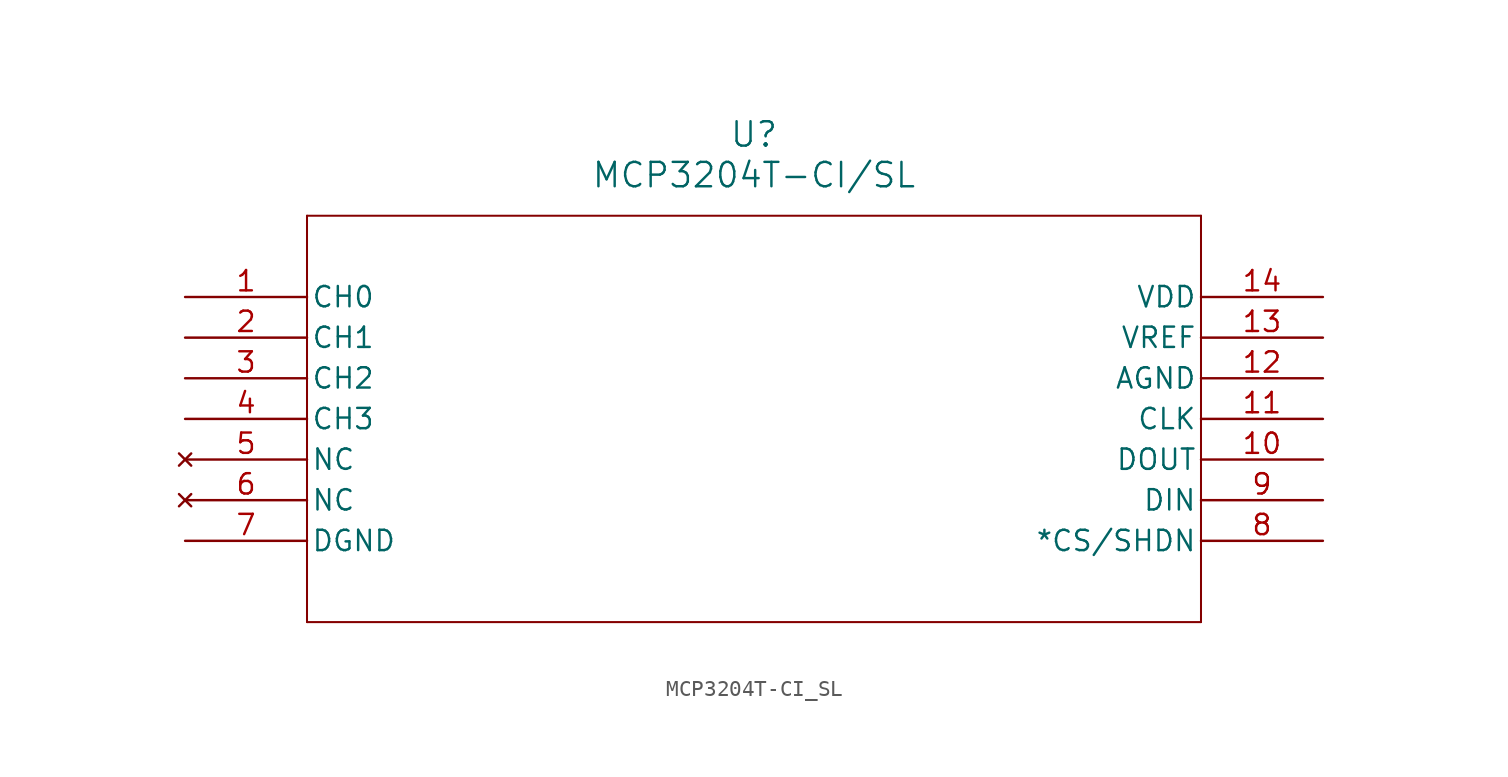
<source format=kicad_sym>
(kicad_symbol_lib
  (version 20241209)
  (generator "kicad_symbol_editor")
  (generator_version "9.0")
  (symbol "MCP3204T-CI_SL"
    (pin_names
      (offset 0.254))
    (property "Reference" "U"
      (at 35.56 10.16 0)
      (effects (font (size 1.524 1.524))))
    (property "Value" "MCP3204T-CI/SL"
      (at 35.56 7.62 0)
      (effects (font (size 1.524 1.524))))
    (property "ki_locked" ""
      (at 0 0 0)
      (effects (font (size 1.27 1.27))))
    (symbol "MCP3204T-CI_SL_0_1"
      (polyline (pts (xy 7.62 5.08) (xy 7.62 -20.32)) (stroke (width 0.127) (type default)) (fill (type none)))
      (polyline (pts (xy 7.62 -20.32) (xy 63.5 -20.32)) (stroke (width 0.127) (type default)) (fill (type none)))
      (polyline (pts (xy 63.5 5.08) (xy 7.62 5.08)) (stroke (width 0.127) (type default)) (fill (type none)))
      (polyline (pts (xy 63.5 -20.32) (xy 63.5 5.08)) (stroke (width 0.127) (type default)) (fill (type none)))
      (pin input line (at 0 0 0) (length 7.62) (name "CH0" (effects (font (size 1.27 1.27)))) (number "1" (effects (font (size 1.27 1.27)))))
      (pin input line (at 0 -2.54 0) (length 7.62) (name "CH1" (effects (font (size 1.27 1.27)))) (number "2" (effects (font (size 1.27 1.27)))))
      (pin input line (at 0 -5.08 0) (length 7.62) (name "CH2" (effects (font (size 1.27 1.27)))) (number "3" (effects (font (size 1.27 1.27)))))
      (pin input line (at 0 -7.62 0) (length 7.62) (name "CH3" (effects (font (size 1.27 1.27)))) (number "4" (effects (font (size 1.27 1.27)))))
      (pin no_connect line (at 0 -10.16 0) (length 7.62) (name "NC" (effects (font (size 1.27 1.27)))) (number "5" (effects (font (size 1.27 1.27)))))
      (pin no_connect line (at 0 -12.7 0) (length 7.62) (name "NC" (effects (font (size 1.27 1.27)))) (number "6" (effects (font (size 1.27 1.27)))))
      (pin input line (at 71.12 -2.54 180) (length 7.62) (name "VREF" (effects (font (size 1.27 1.27)))) (number "13" (effects (font (size 1.27 1.27)))))
      (pin power_in line (at 71.12 -5.08 180) (length 7.62) (name "AGND" (effects (font (size 1.27 1.27)))) (number "12" (effects (font (size 1.27 1.27)))))
      (pin input line (at 71.12 -7.62 180) (length 7.62) (name "CLK" (effects (font (size 1.27 1.27)))) (number "11" (effects (font (size 1.27 1.27)))))
      (pin tri_state line (at 71.12 -10.16 180) (length 7.62) (name "DOUT" (effects (font (size 1.27 1.27)))) (number "10" (effects (font (size 1.27 1.27)))))
      (pin input line (at 71.12 -12.7 180) (length 7.62) (name "DIN" (effects (font (size 1.27 1.27)))) (number "9" (effects (font (size 1.27 1.27)))))
      (pin input line (at 71.12 -15.24 180) (length 7.62) (name "*CS/SHDN" (effects (font (size 1.27 1.27)))) (number "8" (effects (font (size 1.27 1.27))))))
    (symbol "MCP3204T-CI_SL_1_1"
      (pin power_in line (at 0 -15.24 0) (length 7.62) (name "DGND" (effects (font (size 1.27 1.27)))) (number "7" (effects (font (size 1.27 1.27)))))
      (pin power_in line (at 71.12 0 180) (length 7.62) (name "VDD" (effects (font (size 1.27 1.27)))) (number "14" (effects (font (size 1.27 1.27))))))))
</source>
